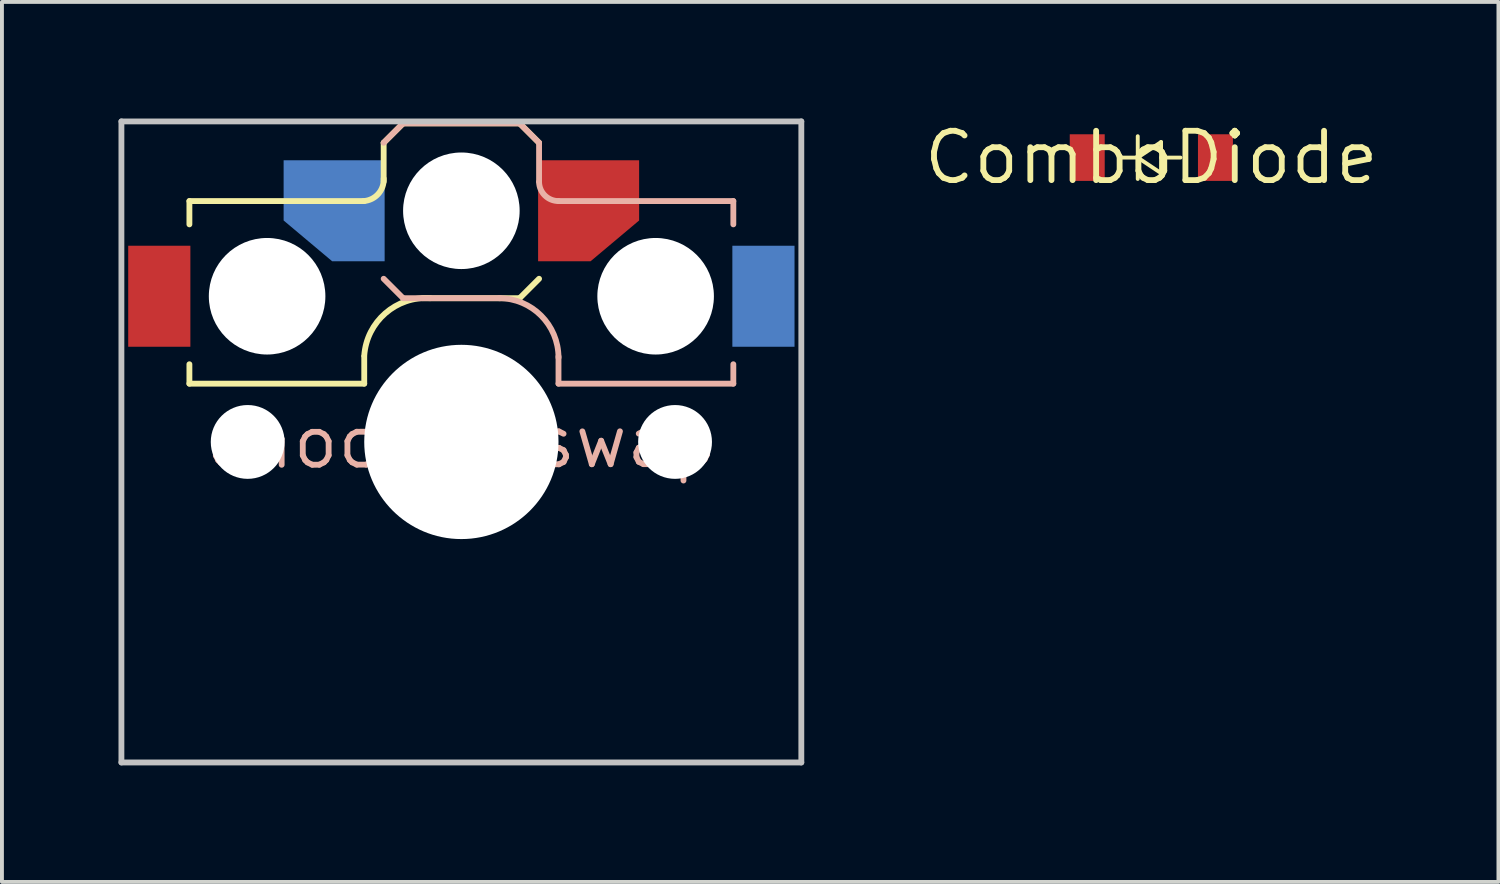
<source format=kicad_pcb>
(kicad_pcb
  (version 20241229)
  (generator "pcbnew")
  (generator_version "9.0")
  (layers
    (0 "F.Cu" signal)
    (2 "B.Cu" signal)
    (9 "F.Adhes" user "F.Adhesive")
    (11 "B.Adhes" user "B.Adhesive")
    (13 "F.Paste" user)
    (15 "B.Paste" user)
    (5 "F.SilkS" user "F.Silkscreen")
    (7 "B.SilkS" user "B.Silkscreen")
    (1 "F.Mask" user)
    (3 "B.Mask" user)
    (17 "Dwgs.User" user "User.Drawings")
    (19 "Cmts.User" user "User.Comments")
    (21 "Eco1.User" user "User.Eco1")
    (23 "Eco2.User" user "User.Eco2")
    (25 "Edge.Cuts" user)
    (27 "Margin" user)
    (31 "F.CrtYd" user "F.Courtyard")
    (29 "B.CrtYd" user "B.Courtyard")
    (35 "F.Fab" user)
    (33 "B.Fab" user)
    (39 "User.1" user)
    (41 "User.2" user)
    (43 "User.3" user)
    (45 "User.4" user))
  (footprint "ComboDiode"
    (layer "F.Cu")
    (at 26.584 1.006)
    (property "Reference" "ComboDiode" (at 0 0 0) (layer "F.SilkS") (effects (font (size 1.27 1.27) (thickness 0.15))))
    (attr through_hole)
    (fp_line (start -0.75 0) (end -0.35 0) (stroke (width 0.1) (type solid)) (layer "F.SilkS"))
    (fp_line (start -0.35 0) (end -0.35 -0.55) (stroke (width 0.1) (type solid)) (layer "F.SilkS"))
    (fp_line (start -0.35 0) (end -0.35 0.55) (stroke (width 0.1) (type solid)) (layer "F.SilkS"))
    (fp_line (start -0.35 0) (end 0.25 0.4) (stroke (width 0.1) (type solid)) (layer "F.SilkS"))
    (fp_line (start 0.25 -0.4) (end -0.35 0) (stroke (width 0.1) (type solid)) (layer "F.SilkS"))
    (fp_line (start 0.25 0) (end 0.75 0) (stroke (width 0.1) (type solid)) (layer "F.SilkS"))
    (fp_line (start 0.25 0.4) (end 0.25 -0.4) (stroke (width 0.1) (type solid)) (layer "F.SilkS"))
    (pad "1" smd rect (at -1.65 0) (size 0.9 1.2) (layers "F.Cu" "F.Mask" "F.Paste"))
    (pad "2" smd rect (at 1.65 0) (size 0.9 1.2) (layers "F.Cu" "F.Mask" "F.Paste")))
  (footprint "choc_hotswap"
    (layer "F.Cu")
    (at 8.825 8.325)
    (property "Reference" "choc_hotswap" (at 0 0 180.1) (layer "B.SilkS") (effects (font (size 1.27 1.27) (thickness 0.15))))
    (attr exclude_from_pos_files exclude_from_bom)
    (fp_line (start -7 -6.2) (end -2.5 -6.2) (stroke (width 0.15) (type solid)) (layer "F.SilkS"))
    (fp_line (start -7 -5.6) (end -7 -6.2) (stroke (width 0.15) (type solid)) (layer "F.SilkS"))
    (fp_line (start -7 -1.5) (end -7 -2) (stroke (width 0.15) (type solid)) (layer "F.SilkS"))
    (fp_line (start -2.5 -2.2) (end -2.5 -1.5) (stroke (width 0.15) (type solid)) (layer "F.SilkS"))
    (fp_line (start -2.5 -1.5) (end -7 -1.5) (stroke (width 0.15) (type solid)) (layer "F.SilkS"))
    (fp_line (start -2 -6.7) (end -2 -7.7) (stroke (width 0.15) (type solid)) (layer "F.SilkS"))
    (fp_line (start -1.5 -8.2) (end -2 -7.7) (stroke (width 0.15) (type solid)) (layer "F.SilkS"))
    (fp_line (start 1.5 -8.2) (end -1.5 -8.2) (stroke (width 0.15) (type solid)) (layer "F.SilkS"))
    (fp_line (start 1.5 -3.7) (end -1 -3.7) (stroke (width 0.15) (type solid)) (layer "F.SilkS"))
    (fp_line (start 2 -7.7) (end 1.5 -8.2) (stroke (width 0.15) (type solid)) (layer "F.SilkS"))
    (fp_line (start 2 -4.2) (end 1.5 -3.7) (stroke (width 0.15) (type solid)) (layer "F.SilkS"))
    (fp_arc (start -2.5 -2.22) (mid -1.956518 -3.312082) (end -0.8 -3.7) (stroke (width 0.15) (type solid)) (layer "F.SilkS"))
    (fp_arc (start -2 -6.78) (mid -2.139878 -6.382304) (end -2.52 -6.2) (stroke (width 0.15) (type solid)) (layer "F.SilkS"))
    (fp_line (start -2 -7.7) (end -1.5 -8.2) (stroke (width 0.15) (type solid)) (layer "B.SilkS"))
    (fp_line (start -2 -4.2) (end -1.5 -3.7) (stroke (width 0.15) (type solid)) (layer "B.SilkS"))
    (fp_line (start -1.5 -8.2) (end 1.5 -8.2) (stroke (width 0.15) (type solid)) (layer "B.SilkS"))
    (fp_line (start -1.5 -3.7) (end 1 -3.7) (stroke (width 0.15) (type solid)) (layer "B.SilkS"))
    (fp_line (start 1.5 -8.2) (end 2 -7.7) (stroke (width 0.15) (type solid)) (layer "B.SilkS"))
    (fp_line (start 2 -6.7) (end 2 -7.7) (stroke (width 0.15) (type solid)) (layer "B.SilkS"))
    (fp_line (start 2.5 -2.2) (end 2.5 -1.5) (stroke (width 0.15) (type solid)) (layer "B.SilkS"))
    (fp_line (start 2.5 -1.5) (end 7 -1.5) (stroke (width 0.15) (type solid)) (layer "B.SilkS"))
    (fp_line (start 7 -6.2) (end 2.5 -6.2) (stroke (width 0.15) (type solid)) (layer "B.SilkS"))
    (fp_line (start 7 -5.6) (end 7 -6.2) (stroke (width 0.15) (type solid)) (layer "B.SilkS"))
    (fp_line (start 7 -1.5) (end 7 -2) (stroke (width 0.15) (type solid)) (layer "B.SilkS"))
    (fp_arc (start 0.97 -3.7) (mid 2.051874 -3.251873) (end 2.5 -2.17) (stroke (width 0.15) (type solid)) (layer "B.SilkS"))
    (fp_arc (start 2.500397 -6.199901) (mid 2.150071 -6.34272) (end 2 -6.690001) (stroke (width 0.15) (type solid)) (layer "B.SilkS"))
    (fp_line (start -8.75 -8.25) (end 8.75 -8.25) (stroke (width 0.15) (type solid)) (layer "Dwgs.User"))
    (fp_line (start -8.75 8.25) (end -8.75 -8.25) (stroke (width 0.15) (type solid)) (layer "Dwgs.User"))
    (fp_line (start 8.75 -8.25) (end 8.75 8.25) (stroke (width 0.15) (type solid)) (layer "Dwgs.User"))
    (fp_line (start 8.75 8.25) (end -8.75 8.25) (stroke (width 0.15) (type solid)) (layer "Dwgs.User"))
    (pad "" np_thru_hole circle (at -5.5 0 180.1) (size 1.9 1.9) (drill 1.9) (layers "*.Cu"))
    (pad "" np_thru_hole circle (at -5 -3.75 15.1) (size 3 3) (drill 3) (layers "*.Cu" "*.Mask"))
    (pad "" np_thru_hole circle (at 0 -5.95 180.1) (size 3 3) (drill 3) (layers "*.Cu" "*.Mask"))
    (pad "" np_thru_hole circle (at 0 0 180.1) (size 5 5) (drill 5) (layers "*.Cu"))
    (pad "" np_thru_hole circle (at 5 -3.75 15.1) (size 3 3) (drill 3) (layers "*.Cu" "*.Mask"))
    (pad "" np_thru_hole circle (at 5.5 0 180.1) (size 1.9 1.9) (drill 1.9) (layers "*.Cu"))
    (pad "1" smd custom (at -3.275 -5.95) (size 1 1) (layers "B.Cu" "B.Mask" "B.Paste") (options (anchor rect)) (primitives (gr_poly (pts (xy -1.3 -1.3) (xy -1.3 0.25) (xy -0.05 1.3) (xy 1.3 1.3) (xy 1.3 -1.3)) (width 0) (fill yes))))
    (pad "1" connect custom (at 3.275 -5.95) (size 0.5 0.5) (layers "F.Cu" "F.Mask") (options (anchor rect)) (primitives (gr_poly (pts (xy -1.3 -1.3) (xy -1.3 1.3) (xy 0.05 1.3) (xy 1.3 0.25) (xy 1.3 -1.3)) (width 0) (fill yes))))
    (pad "2" smd rect (at -7.775 -3.75) (size 1.6 2.6) (layers "F.Cu" "F.Mask" "F.Paste"))
    (pad "2" smd rect (at 7.775 -3.75) (size 1.6 2.6) (layers "B.Cu" "B.Mask" "B.Paste")))
  (gr_rect
    (start -3 -3)
    (end 35.518 19.65)
    (stroke (width 0.1) (type default))
    (fill no)
    (layer "Edge.Cuts")))
</source>
